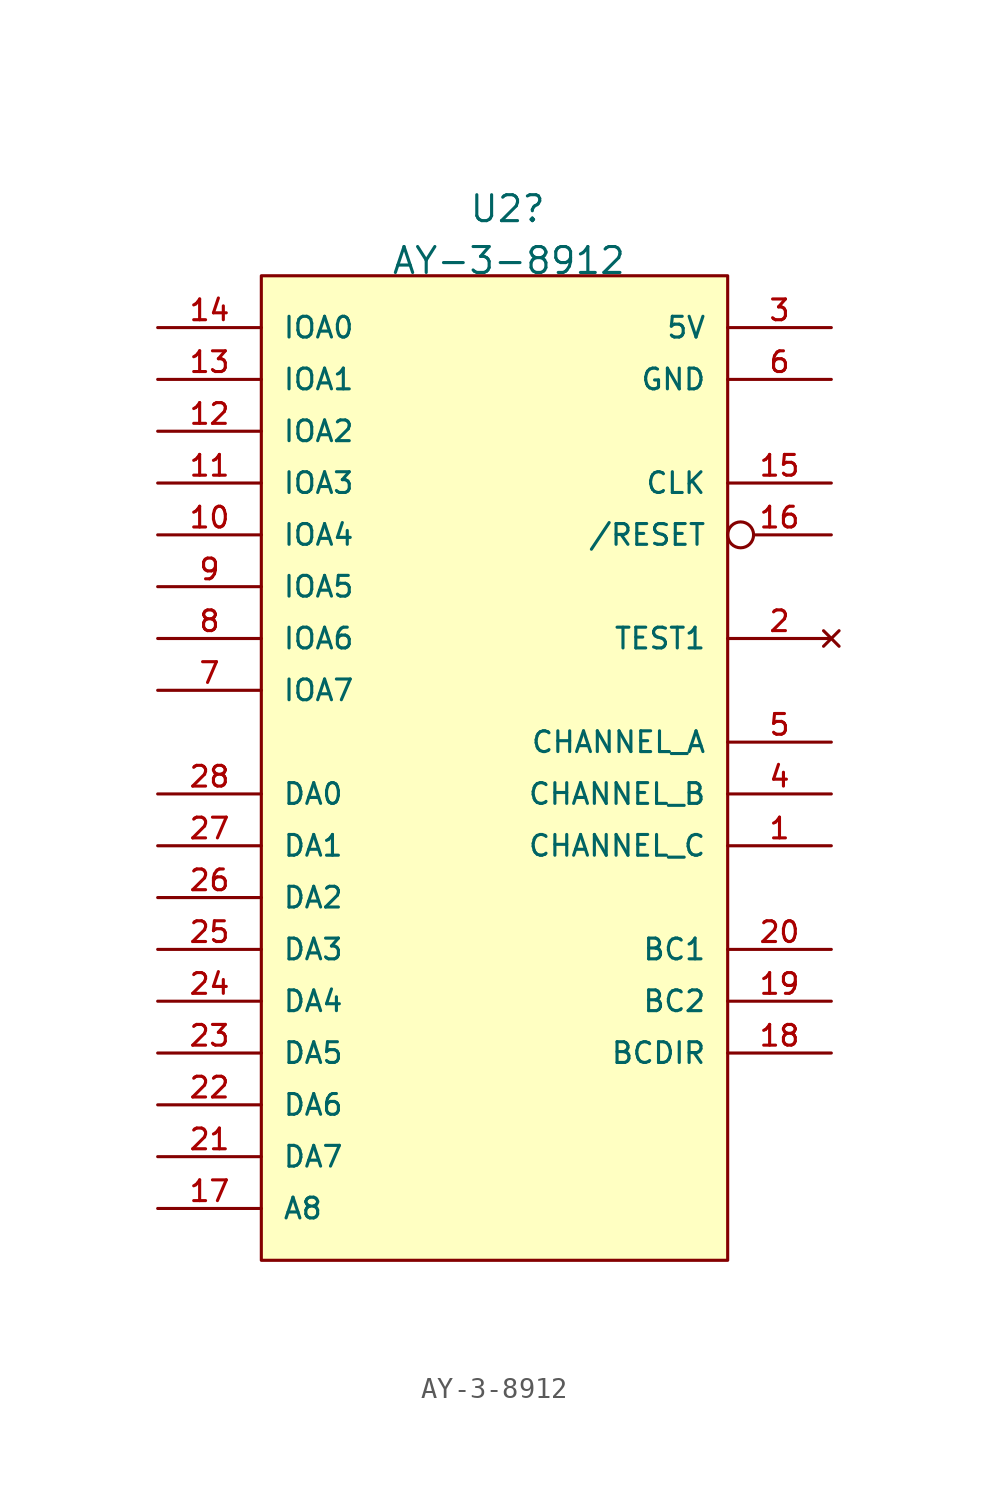
<source format=kicad_sym>
(kicad_symbol_lib
  (version 20211014)
  (generator kicad_symbol_editor)
  (symbol "AY-3-8912"
    (pin_names
      (offset 1.016))
    (property "Reference" "U2"
      (at 10.16 50.8 0)
      (effects (font (size 1.27 1.27)) (justify left bottom)))
    (property "Value" "AY-3-8912"
      (at 6.35 48.26 0)
      (effects (font (size 1.27 1.27)) (justify left bottom)))
    (symbol "AY-3-8912_0_0"
      (rectangle (start 0 0) (end 22.86 48.26) (stroke (width 0.152) (type default) (color 0 0 0 0)) (fill (type background)))
      (pin output line (at 27.94 20.32 180) (length 5.08) (name "CHANNEL_C" (effects (font (size 1.016 1.016)))) (number "1" (effects (font (size 1.016 1.016)))))
      (pin bidirectional line (at -5.08 35.56 0) (length 5.08) (name "IOA4" (effects (font (size 1.016 1.016)))) (number "10" (effects (font (size 1.016 1.016)))))
      (pin bidirectional line (at -5.08 38.1 0) (length 5.08) (name "IOA3" (effects (font (size 1.016 1.016)))) (number "11" (effects (font (size 1.016 1.016)))))
      (pin bidirectional line (at -5.08 40.64 0) (length 5.08) (name "IOA2" (effects (font (size 1.016 1.016)))) (number "12" (effects (font (size 1.016 1.016)))))
      (pin bidirectional line (at -5.08 43.18 0) (length 5.08) (name "IOA1" (effects (font (size 1.016 1.016)))) (number "13" (effects (font (size 1.016 1.016)))))
      (pin bidirectional line (at -5.08 45.72 0) (length 5.08) (name "IOA0" (effects (font (size 1.016 1.016)))) (number "14" (effects (font (size 1.016 1.016)))))
      (pin input line (at 27.94 38.1 180) (length 5.08) (name "CLK" (effects (font (size 1.016 1.016)))) (number "15" (effects (font (size 1.016 1.016)))))
      (pin input inverted (at 27.94 35.56 180) (length 5.08) (name "/RESET" (effects (font (size 1.016 1.016)))) (number "16" (effects (font (size 1.016 1.016)))))
      (pin bidirectional line (at -5.08 2.54 0) (length 5.08) (name "A8" (effects (font (size 1.016 1.016)))) (number "17" (effects (font (size 1.016 1.016)))))
      (pin input line (at 27.94 10.16 180) (length 5.08) (name "BCDIR" (effects (font (size 1.016 1.016)))) (number "18" (effects (font (size 1.016 1.016)))))
      (pin input line (at 27.94 12.7 180) (length 5.08) (name "BC2" (effects (font (size 1.016 1.016)))) (number "19" (effects (font (size 1.016 1.016)))))
      (pin no_connect line (at 27.94 30.48 180) (length 5.08) (name "TEST1" (effects (font (size 1.016 1.016)))) (number "2" (effects (font (size 1.016 1.016)))))
      (pin input line (at 27.94 15.24 180) (length 5.08) (name "BC1" (effects (font (size 1.016 1.016)))) (number "20" (effects (font (size 1.016 1.016)))))
      (pin bidirectional line (at -5.08 5.08 0) (length 5.08) (name "DA7" (effects (font (size 1.016 1.016)))) (number "21" (effects (font (size 1.016 1.016)))))
      (pin bidirectional line (at -5.08 7.62 0) (length 5.08) (name "DA6" (effects (font (size 1.016 1.016)))) (number "22" (effects (font (size 1.016 1.016)))))
      (pin bidirectional line (at -5.08 10.16 0) (length 5.08) (name "DA5" (effects (font (size 1.016 1.016)))) (number "23" (effects (font (size 1.016 1.016)))))
      (pin bidirectional line (at -5.08 12.7 0) (length 5.08) (name "DA4" (effects (font (size 1.016 1.016)))) (number "24" (effects (font (size 1.016 1.016)))))
      (pin bidirectional line (at -5.08 15.24 0) (length 5.08) (name "DA3" (effects (font (size 1.016 1.016)))) (number "25" (effects (font (size 1.016 1.016)))))
      (pin bidirectional line (at -5.08 17.78 0) (length 5.08) (name "DA2" (effects (font (size 1.016 1.016)))) (number "26" (effects (font (size 1.016 1.016)))))
      (pin bidirectional line (at -5.08 20.32 0) (length 5.08) (name "DA1" (effects (font (size 1.016 1.016)))) (number "27" (effects (font (size 1.016 1.016)))))
      (pin bidirectional line (at -5.08 22.86 0) (length 5.08) (name "DA0" (effects (font (size 1.016 1.016)))) (number "28" (effects (font (size 1.016 1.016)))))
      (pin power_in line (at 27.94 45.72 180) (length 5.08) (name "5V" (effects (font (size 1.016 1.016)))) (number "3" (effects (font (size 1.016 1.016)))))
      (pin output line (at 27.94 22.86 180) (length 5.08) (name "CHANNEL_B" (effects (font (size 1.016 1.016)))) (number "4" (effects (font (size 1.016 1.016)))))
      (pin output line (at 27.94 25.4 180) (length 5.08) (name "CHANNEL_A" (effects (font (size 1.016 1.016)))) (number "5" (effects (font (size 1.016 1.016)))))
      (pin power_in line (at 27.94 43.18 180) (length 5.08) (name "GND" (effects (font (size 1.016 1.016)))) (number "6" (effects (font (size 1.016 1.016)))))
      (pin bidirectional line (at -5.08 27.94 0) (length 5.08) (name "IOA7" (effects (font (size 1.016 1.016)))) (number "7" (effects (font (size 1.016 1.016)))))
      (pin bidirectional line (at -5.08 30.48 0) (length 5.08) (name "IOA6" (effects (font (size 1.016 1.016)))) (number "8" (effects (font (size 1.016 1.016)))))
      (pin bidirectional line (at -5.08 33.02 0) (length 5.08) (name "IOA5" (effects (font (size 1.016 1.016)))) (number "9" (effects (font (size 1.016 1.016))))))))
</source>
